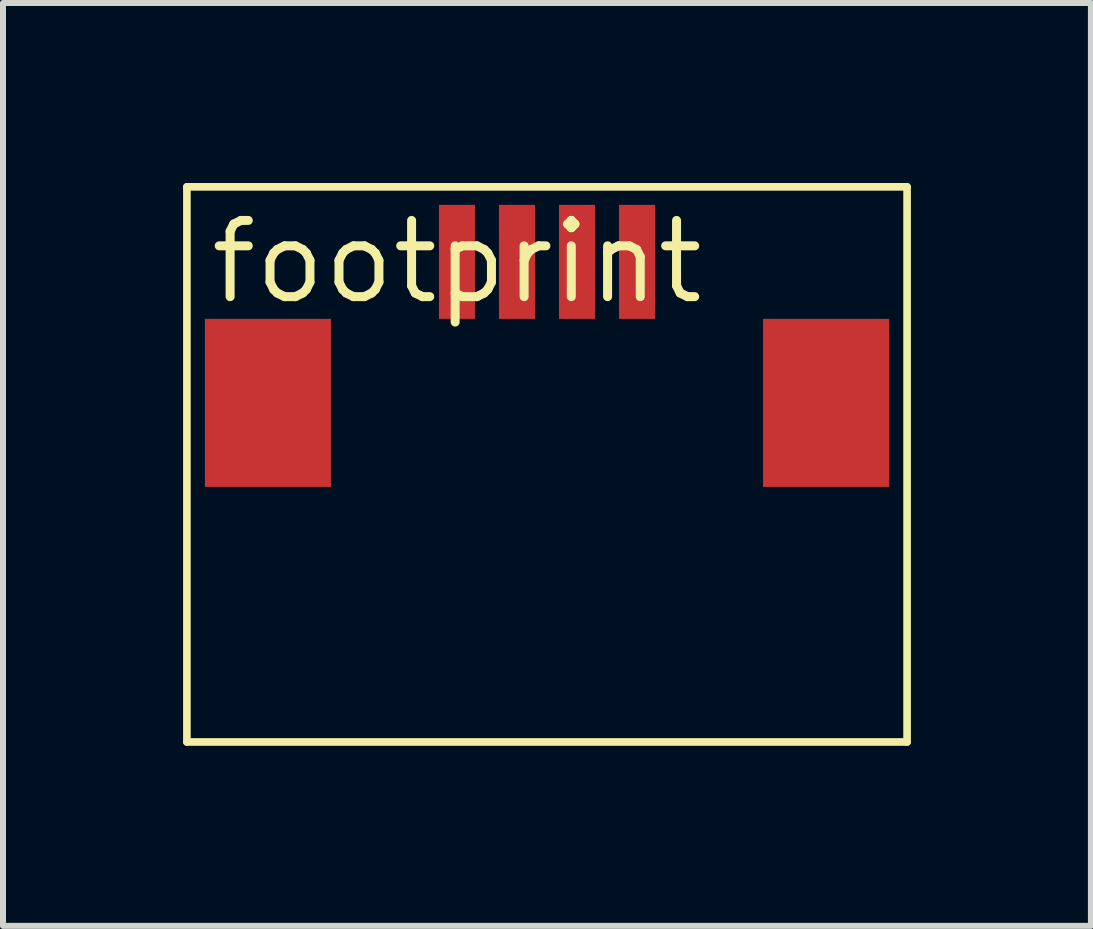
<source format=kicad_pcb>
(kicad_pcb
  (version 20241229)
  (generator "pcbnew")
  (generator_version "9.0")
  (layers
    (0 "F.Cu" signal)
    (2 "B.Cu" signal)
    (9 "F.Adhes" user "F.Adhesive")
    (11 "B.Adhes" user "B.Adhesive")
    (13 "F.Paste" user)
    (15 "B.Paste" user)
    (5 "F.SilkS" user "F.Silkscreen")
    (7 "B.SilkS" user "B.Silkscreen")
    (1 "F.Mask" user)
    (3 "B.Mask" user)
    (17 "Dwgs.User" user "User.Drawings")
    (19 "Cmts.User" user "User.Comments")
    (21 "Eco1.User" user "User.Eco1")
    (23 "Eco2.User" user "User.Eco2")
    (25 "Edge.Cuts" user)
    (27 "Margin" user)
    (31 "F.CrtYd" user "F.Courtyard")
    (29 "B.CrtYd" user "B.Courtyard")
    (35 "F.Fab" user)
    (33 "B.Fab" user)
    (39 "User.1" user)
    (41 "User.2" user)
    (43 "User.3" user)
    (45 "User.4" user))
  (footprint "footprint"
    (layer "F.Cu")
    (at 4.564 1.313)
    (property "Reference" "footprint" (at 0 0 0) (layer "F.SilkS") (effects (font (size 1.27 1.27) (thickness 0.15))))
    (fp_line (start -4.5 -1.25) (end 7.5 -1.25) (stroke (width 0.127) (type solid)) (layer "F.SilkS"))
    (fp_line (start -4.5 8) (end -4.5 -1.25) (stroke (width 0.127) (type solid)) (layer "F.SilkS"))
    (fp_line (start 7.5 -1.25) (end 7.5 8) (stroke (width 0.127) (type solid)) (layer "F.SilkS"))
    (fp_line (start 7.5 8) (end -4.5 8) (stroke (width 0.127) (type solid)) (layer "F.SilkS"))
    (pad "P$1" smd rect (at 0 0 180) (size 0.6 1.9) (layers "F.Cu" "F.Mask" "F.Paste"))
    (pad "P$2" smd rect (at 1 0) (size 0.6 1.9) (layers "F.Cu" "F.Mask" "F.Paste"))
    (pad "P$3" smd rect (at 2 0) (size 0.6 1.9) (layers "F.Cu" "F.Mask" "F.Paste"))
    (pad "P$4" smd rect (at 3 0) (size 0.6 1.9) (layers "F.Cu" "F.Mask" "F.Paste"))
    (pad "P$5" smd rect (at -3.15 2.35 90) (size 2.8 2.1) (layers "F.Cu" "F.Mask" "F.Paste"))
    (pad "P$6" smd rect (at 6.15 2.35 90) (size 2.8 2.1) (layers "F.Cu" "F.Mask" "F.Paste")))
  (gr_rect
    (start -3 -3)
    (end 15.127 12.377)
    (stroke (width 0.1) (type default))
    (fill no)
    (layer "Edge.Cuts")))
</source>
